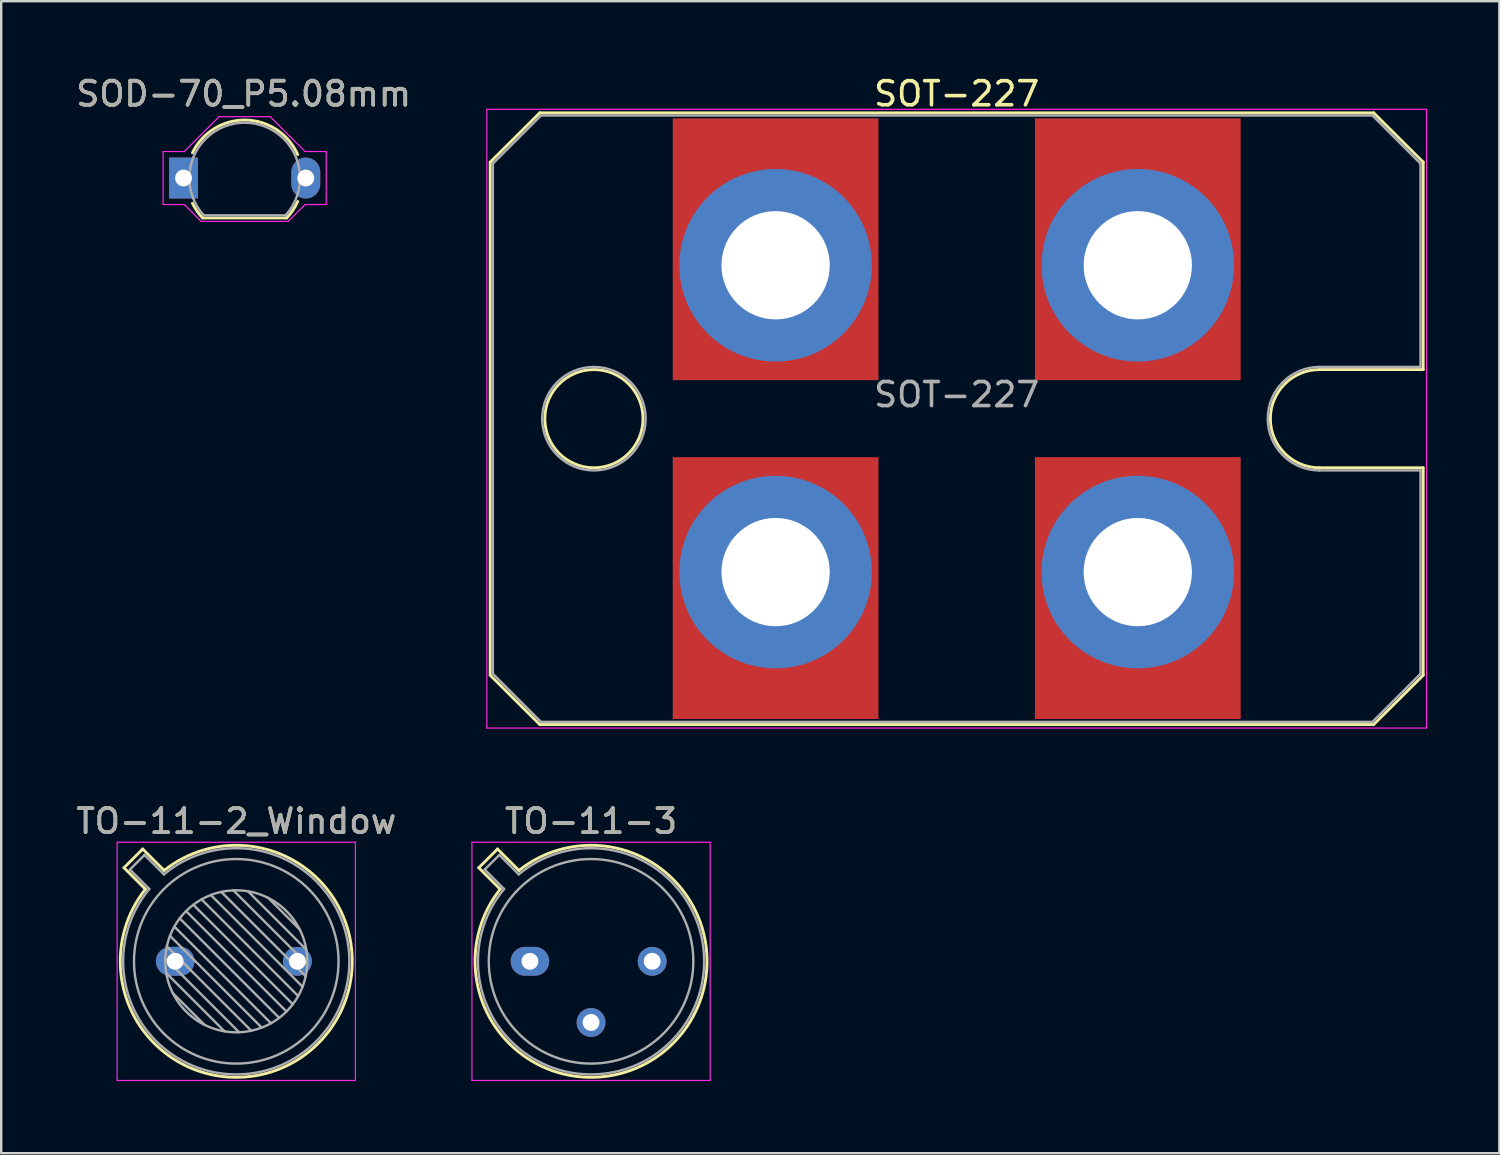
<source format=kicad_pcb>
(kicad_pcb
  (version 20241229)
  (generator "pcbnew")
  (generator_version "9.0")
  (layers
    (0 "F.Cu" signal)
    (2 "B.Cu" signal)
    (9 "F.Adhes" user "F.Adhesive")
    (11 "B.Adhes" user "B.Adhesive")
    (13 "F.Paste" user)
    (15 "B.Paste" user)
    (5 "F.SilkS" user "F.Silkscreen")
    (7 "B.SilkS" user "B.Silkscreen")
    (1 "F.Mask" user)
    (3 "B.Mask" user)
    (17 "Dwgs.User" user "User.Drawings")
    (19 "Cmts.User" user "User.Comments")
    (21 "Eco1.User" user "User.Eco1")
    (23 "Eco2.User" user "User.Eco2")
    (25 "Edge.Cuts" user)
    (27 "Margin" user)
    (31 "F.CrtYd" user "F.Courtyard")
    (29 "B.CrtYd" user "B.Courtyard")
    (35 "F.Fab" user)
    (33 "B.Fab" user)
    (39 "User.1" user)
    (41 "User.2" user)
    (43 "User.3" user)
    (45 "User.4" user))
  (footprint "TO-11-2_Window"
    (layer "F.Cu")
    (at 4.228 36.897)
    (property "Reference" "TO-11-2_Window" (at 2.54 -5.82 0) (layer "F.SilkS") (effects (font (size 1 1) (thickness 0.15))))
    (attr through_hole)
    (fp_line (start -2.126 -3.888) (end -1.235 -2.997) (stroke (width 0.12) (type solid)) (layer "F.SilkS"))
    (fp_line (start -1.348 -4.666) (end -2.126 -3.888) (stroke (width 0.12) (type solid)) (layer "F.SilkS"))
    (fp_line (start -0.457 -3.775) (end -1.348 -4.666) (stroke (width 0.12) (type solid)) (layer "F.SilkS"))
    (fp_arc (start -0.457084 -3.774902) (mid 5.948125 3.408384) (end -1.234674 -2.997371) (stroke (width 0.12) (type solid)) (layer "F.SilkS"))
    (fp_line (start -2.41 -4.95) (end -2.41 4.95) (stroke (width 0.05) (type solid)) (layer "F.CrtYd"))
    (fp_line (start -2.41 4.95) (end 7.49 4.95) (stroke (width 0.05) (type solid)) (layer "F.CrtYd"))
    (fp_line (start 7.49 -4.95) (end -2.41 -4.95) (stroke (width 0.05) (type solid)) (layer "F.CrtYd"))
    (fp_line (start 7.49 4.95) (end 7.49 -4.95) (stroke (width 0.05) (type solid)) (layer "F.CrtYd"))
    (fp_line (start -1.88 -3.812) (end -1.074 -3.005) (stroke (width 0.1) (type solid)) (layer "F.Fab"))
    (fp_line (start -1.272 -4.42) (end -1.88 -3.812) (stroke (width 0.1) (type solid)) (layer "F.Fab"))
    (fp_line (start -0.465 -3.614) (end -1.272 -4.42) (stroke (width 0.1) (type solid)) (layer "F.Fab"))
    (fp_line (start -0.408 -0.12) (end 2.66 2.948) (stroke (width 0.1) (type solid)) (layer "F.Fab"))
    (fp_line (start -0.371 0.485) (end 2.055 2.911) (stroke (width 0.1) (type solid)) (layer "F.Fab"))
    (fp_line (start -0.344 -0.622) (end 3.162 2.884) (stroke (width 0.1) (type solid)) (layer "F.Fab"))
    (fp_line (start -0.215 -1.058) (end 3.598 2.755) (stroke (width 0.1) (type solid)) (layer "F.Fab"))
    (fp_line (start -0.097 1.324) (end 1.216 2.637) (stroke (width 0.1) (type solid)) (layer "F.Fab"))
    (fp_line (start -0.034 -1.443) (end 3.983 2.574) (stroke (width 0.1) (type solid)) (layer "F.Fab"))
    (fp_line (start 0.19 -1.784) (end 4.324 2.35) (stroke (width 0.1) (type solid)) (layer "F.Fab"))
    (fp_line (start 0.454 -2.086) (end 4.626 2.086) (stroke (width 0.1) (type solid)) (layer "F.Fab"))
    (fp_line (start 0.756 -2.35) (end 4.89 1.784) (stroke (width 0.1) (type solid)) (layer "F.Fab"))
    (fp_line (start 1.097 -2.574) (end 5.114 1.443) (stroke (width 0.1) (type solid)) (layer "F.Fab"))
    (fp_line (start 1.482 -2.755) (end 5.295 1.058) (stroke (width 0.1) (type solid)) (layer "F.Fab"))
    (fp_line (start 1.918 -2.884) (end 5.424 0.622) (stroke (width 0.1) (type solid)) (layer "F.Fab"))
    (fp_line (start 2.42 -2.948) (end 5.488 0.12) (stroke (width 0.1) (type solid)) (layer "F.Fab"))
    (fp_line (start 3.025 -2.911) (end 5.451 -0.485) (stroke (width 0.1) (type solid)) (layer "F.Fab"))
    (fp_line (start 3.864 -2.637) (end 5.177 -1.324) (stroke (width 0.1) (type solid)) (layer "F.Fab"))
    (fp_arc (start -0.465408 -3.61352) (mid 5.863443 3.323361) (end -1.073594 -3.005319) (stroke (width 0.1) (type solid)) (layer "F.Fab"))
    (fp_circle (center 2.54 0) (end 5.49 0) (stroke (width 0.1) (type solid)) (fill no) (layer "F.Fab"))
    (fp_circle (center 2.54 0) (end 6.79 0) (stroke (width 0.1) (type solid)) (fill no) (layer "F.Fab"))
    (fp_text user "${REFERENCE}" (at 2.54 -5.82 0) (layer "F.Fab") (effects (font (size 1 1) (thickness 0.15))))
    (pad "1" thru_hole oval (at 0 0) (size 1.6 1.2) (drill 0.7) (layers "*.Cu" "*.Mask"))
    (pad "2" thru_hole oval (at 5.08 0) (size 1.2 1.2) (drill 0.7) (layers "*.Cu" "*.Mask")))
  (footprint "TO-11-3"
    (layer "F.Cu")
    (at 18.971 36.897)
    (property "Reference" "TO-11-3" (at 2.54 -5.82 0) (layer "F.SilkS") (effects (font (size 1 1) (thickness 0.15))))
    (attr through_hole)
    (fp_line (start -2.126 -3.888) (end -1.235 -2.997) (stroke (width 0.12) (type solid)) (layer "F.SilkS"))
    (fp_line (start -1.348 -4.666) (end -2.126 -3.888) (stroke (width 0.12) (type solid)) (layer "F.SilkS"))
    (fp_line (start -0.457 -3.775) (end -1.348 -4.666) (stroke (width 0.12) (type solid)) (layer "F.SilkS"))
    (fp_arc (start -0.457084 -3.774902) (mid 5.948125 3.408384) (end -1.234674 -2.997371) (stroke (width 0.12) (type solid)) (layer "F.SilkS"))
    (fp_line (start -2.41 -4.95) (end -2.41 4.95) (stroke (width 0.05) (type solid)) (layer "F.CrtYd"))
    (fp_line (start -2.41 4.95) (end 7.49 4.95) (stroke (width 0.05) (type solid)) (layer "F.CrtYd"))
    (fp_line (start 7.49 -4.95) (end -2.41 -4.95) (stroke (width 0.05) (type solid)) (layer "F.CrtYd"))
    (fp_line (start 7.49 4.95) (end 7.49 -4.95) (stroke (width 0.05) (type solid)) (layer "F.CrtYd"))
    (fp_line (start -1.88 -3.812) (end -1.074 -3.005) (stroke (width 0.1) (type solid)) (layer "F.Fab"))
    (fp_line (start -1.272 -4.42) (end -1.88 -3.812) (stroke (width 0.1) (type solid)) (layer "F.Fab"))
    (fp_line (start -0.465 -3.614) (end -1.272 -4.42) (stroke (width 0.1) (type solid)) (layer "F.Fab"))
    (fp_arc (start -0.465408 -3.61352) (mid 5.863443 3.323361) (end -1.073594 -3.005319) (stroke (width 0.1) (type solid)) (layer "F.Fab"))
    (fp_circle (center 2.54 0) (end 6.79 0) (stroke (width 0.1) (type solid)) (fill no) (layer "F.Fab"))
    (fp_text user "${REFERENCE}" (at 2.54 -5.82 0) (layer "F.Fab") (effects (font (size 1 1) (thickness 0.15))))
    (pad "1" thru_hole oval (at 0 0) (size 1.6 1.2) (drill 0.7) (layers "*.Cu" "*.Mask"))
    (pad "2" thru_hole oval (at 2.54 2.54) (size 1.2 1.2) (drill 0.7) (layers "*.Cu" "*.Mask"))
    (pad "3" thru_hole oval (at 5.08 0) (size 1.2 1.2) (drill 0.7) (layers "*.Cu" "*.Mask")))
  (footprint "SOD-70_P5.08mm"
    (layer "F.Cu")
    (at 4.577 4.348)
    (property "Reference" "SOD-70_P5.08mm" (at 2.5 -3.5 0) (layer "F.SilkS") (effects (font (size 1 1) (thickness 0.15))))
    (attr through_hole)
    (fp_line (start 4.287 1.66) (end 0.793 1.66) (stroke (width 0.12) (type solid)) (layer "F.SilkS"))
    (fp_arc (start 0.37076 -1.05) (mid 2.5811 -2.40965) (end 4.743786 -0.975412) (stroke (width 0.12) (type solid)) (layer "F.SilkS"))
    (fp_arc (start 0.79286 1.66) (mid 0.5582 1.371338) (end 0.370761 1.05) (stroke (width 0.12) (type solid)) (layer "F.SilkS"))
    (fp_arc (start 4.743786 0.975412) (mid 4.544899 1.337341) (end 4.287141 1.66) (stroke (width 0.12) (type solid)) (layer "F.SilkS"))
    (fp_line (start -0.85 -1.1) (end -0.85 1.1) (stroke (width 0.05) (type solid)) (layer "F.CrtYd"))
    (fp_line (start -0.85 1.1) (end 0.03 1.1) (stroke (width 0.05) (type solid)) (layer "F.CrtYd"))
    (fp_line (start 0.03 -1.1) (end -0.85 -1.1) (stroke (width 0.05) (type solid)) (layer "F.CrtYd"))
    (fp_line (start 0.03 1.1) (end 0.73 1.8) (stroke (width 0.05) (type solid)) (layer "F.CrtYd"))
    (fp_line (start 1.48 -2.55) (end 0.03 -1.1) (stroke (width 0.05) (type solid)) (layer "F.CrtYd"))
    (fp_line (start 1.48 -2.55) (end 3.6 -2.55) (stroke (width 0.05) (type solid)) (layer "F.CrtYd"))
    (fp_line (start 3.6 -2.55) (end 5.05 -1.1) (stroke (width 0.05) (type solid)) (layer "F.CrtYd"))
    (fp_line (start 4.35 1.8) (end 0.73 1.8) (stroke (width 0.05) (type solid)) (layer "F.CrtYd"))
    (fp_line (start 5.05 -1.1) (end 5.93 -1.1) (stroke (width 0.05) (type solid)) (layer "F.CrtYd"))
    (fp_line (start 5.05 1.1) (end 4.35 1.8) (stroke (width 0.05) (type solid)) (layer "F.CrtYd"))
    (fp_line (start 5.93 -1.1) (end 5.93 1.1) (stroke (width 0.05) (type solid)) (layer "F.CrtYd"))
    (fp_line (start 5.93 1.1) (end 5.05 1.1) (stroke (width 0.05) (type solid)) (layer "F.CrtYd"))
    (fp_line (start 4.239 1.55) (end 0.841 1.55) (stroke (width 0.1) (type solid)) (layer "F.Fab"))
    (fp_arc (start 0.840735 1.55) (mid 2.54 -2.3) (end 4.239265 1.55) (stroke (width 0.1) (type solid)) (layer "F.Fab"))
    (fp_text user "${REFERENCE}" (at 2.5 -3.5 0) (layer "F.Fab") (effects (font (size 1 1) (thickness 0.15))))
    (pad "1" thru_hole rect (at 0 0) (size 1.2 1.7) (drill 0.7) (layers "*.Cu" "*.Mask"))
    (pad "2" thru_hole oval (at 5.08 0) (size 1.2 1.7) (drill 0.7) (layers "*.Cu" "*.Mask")))
  (footprint "SOT-227"
    (layer "F.Cu")
    (at 29.18 7.973)
    (property "Reference" "SOT-227" (at 7.525 -7.125 0) (layer "F.SilkS") (effects (font (size 1 1) (thickness 0.15))))
    (attr through_hole)
    (fp_line (start -11.86 -4.285) (end -11.86 17.035) (stroke (width 0.12) (type solid)) (layer "F.SilkS"))
    (fp_line (start -11.86 -4.285) (end -9.8 -6.335) (stroke (width 0.12) (type solid)) (layer "F.SilkS"))
    (fp_line (start -11.86 17.035) (end -9.8 19.085) (stroke (width 0.12) (type solid)) (layer "F.SilkS"))
    (fp_line (start -9.8 -6.335) (end 24.85 -6.335) (stroke (width 0.12) (type solid)) (layer "F.SilkS"))
    (fp_line (start -9.8 19.085) (end 24.85 19.085) (stroke (width 0.12) (type solid)) (layer "F.SilkS"))
    (fp_line (start 22.6 4.335) (end 26.91 4.335) (stroke (width 0.12) (type solid)) (layer "F.SilkS"))
    (fp_line (start 22.6 8.415) (end 26.91 8.415) (stroke (width 0.12) (type solid)) (layer "F.SilkS"))
    (fp_line (start 26.91 -4.285) (end 24.85 -6.335) (stroke (width 0.12) (type solid)) (layer "F.SilkS"))
    (fp_line (start 26.91 -4.285) (end 26.91 4.335) (stroke (width 0.12) (type solid)) (layer "F.SilkS"))
    (fp_line (start 26.91 17.035) (end 24.85 19.085) (stroke (width 0.12) (type solid)) (layer "F.SilkS"))
    (fp_line (start 26.91 17.035) (end 26.91 8.415) (stroke (width 0.12) (type solid)) (layer "F.SilkS"))
    (fp_arc (start 22.6 8.415) (mid 20.56 6.375) (end 22.6 4.335) (stroke (width 0.12) (type solid)) (layer "F.SilkS"))
    (fp_circle (center -7.55 6.375) (end -5.51 6.375) (stroke (width 0.12) (type solid)) (fill no) (layer "F.SilkS"))
    (fp_line (start -12 -6.48) (end -12 19.23) (stroke (width 0.05) (type solid)) (layer "F.CrtYd"))
    (fp_line (start -12 -6.48) (end 27.05 -6.48) (stroke (width 0.05) (type solid)) (layer "F.CrtYd"))
    (fp_line (start -12 19.23) (end 27.05 19.23) (stroke (width 0.05) (type solid)) (layer "F.CrtYd"))
    (fp_line (start 27.05 -6.48) (end 27.05 19.23) (stroke (width 0.05) (type solid)) (layer "F.CrtYd"))
    (fp_line (start -11.75 -4.225) (end -9.75 -6.225) (stroke (width 0.1) (type solid)) (layer "F.Fab"))
    (fp_line (start -11.75 16.975) (end -11.75 -4.225) (stroke (width 0.1) (type solid)) (layer "F.Fab"))
    (fp_line (start -11.75 16.975) (end -9.75 18.975) (stroke (width 0.1) (type solid)) (layer "F.Fab"))
    (fp_line (start -9.75 -6.225) (end 24.8 -6.225) (stroke (width 0.1) (type solid)) (layer "F.Fab"))
    (fp_line (start 22.6 4.225) (end 26.8 4.225) (stroke (width 0.1) (type solid)) (layer "F.Fab"))
    (fp_line (start 22.6 8.525) (end 26.8 8.525) (stroke (width 0.1) (type solid)) (layer "F.Fab"))
    (fp_line (start 24.8 18.975) (end -9.75 18.975) (stroke (width 0.1) (type solid)) (layer "F.Fab"))
    (fp_line (start 26.8 -4.225) (end 24.8 -6.225) (stroke (width 0.1) (type solid)) (layer "F.Fab"))
    (fp_line (start 26.8 -4.225) (end 26.8 4.225) (stroke (width 0.1) (type solid)) (layer "F.Fab"))
    (fp_line (start 26.8 8.525) (end 26.8 16.975) (stroke (width 0.1) (type solid)) (layer "F.Fab"))
    (fp_line (start 26.8 16.975) (end 24.8 18.975) (stroke (width 0.1) (type solid)) (layer "F.Fab"))
    (fp_arc (start 22.6 8.525) (mid 20.45 6.375) (end 22.6 4.225) (stroke (width 0.1) (type solid)) (layer "F.Fab"))
    (fp_circle (center -7.55 6.375) (end -5.4 6.375) (stroke (width 0.1) (type solid)) (fill no) (layer "F.Fab"))
    (fp_text user "${REFERENCE}" (at 7.525 5.375 0) (layer "F.Fab") (effects (font (size 1 1) (thickness 0.15))))
    (pad "1" smd rect (at 0 -0.665) (size 8.55 10.88) (layers "F.Cu" "F.Mask"))
    (pad "1" thru_hole circle (at 0 0) (size 8 8) (drill 4.5) (layers "*.Cu" "*.Mask"))
    (pad "2" smd rect (at 15.05 -0.665) (size 8.55 10.88) (layers "F.Cu" "F.Mask"))
    (pad "2" thru_hole circle (at 15.05 0) (size 8 8) (drill 4.5) (layers "*.Cu" "*.Mask"))
    (pad "3" thru_hole circle (at 15.05 12.75) (size 8 8) (drill 4.5) (layers "*.Cu" "*.Mask"))
    (pad "3" smd rect (at 15.05 13.415) (size 8.55 10.88) (layers "F.Cu" "F.Mask"))
    (pad "4" thru_hole circle (at 0 12.75) (size 8 8) (drill 4.5) (layers "*.Cu" "*.Mask"))
    (pad "4" smd rect (at 0 13.415) (size 8.55 10.88) (layers "F.Cu" "F.Mask")))
  (gr_rect
    (start -3 -3)
    (end 59.255 44.871)
    (stroke (width 0.1) (type default))
    (fill no)
    (layer "Edge.Cuts")))
</source>
